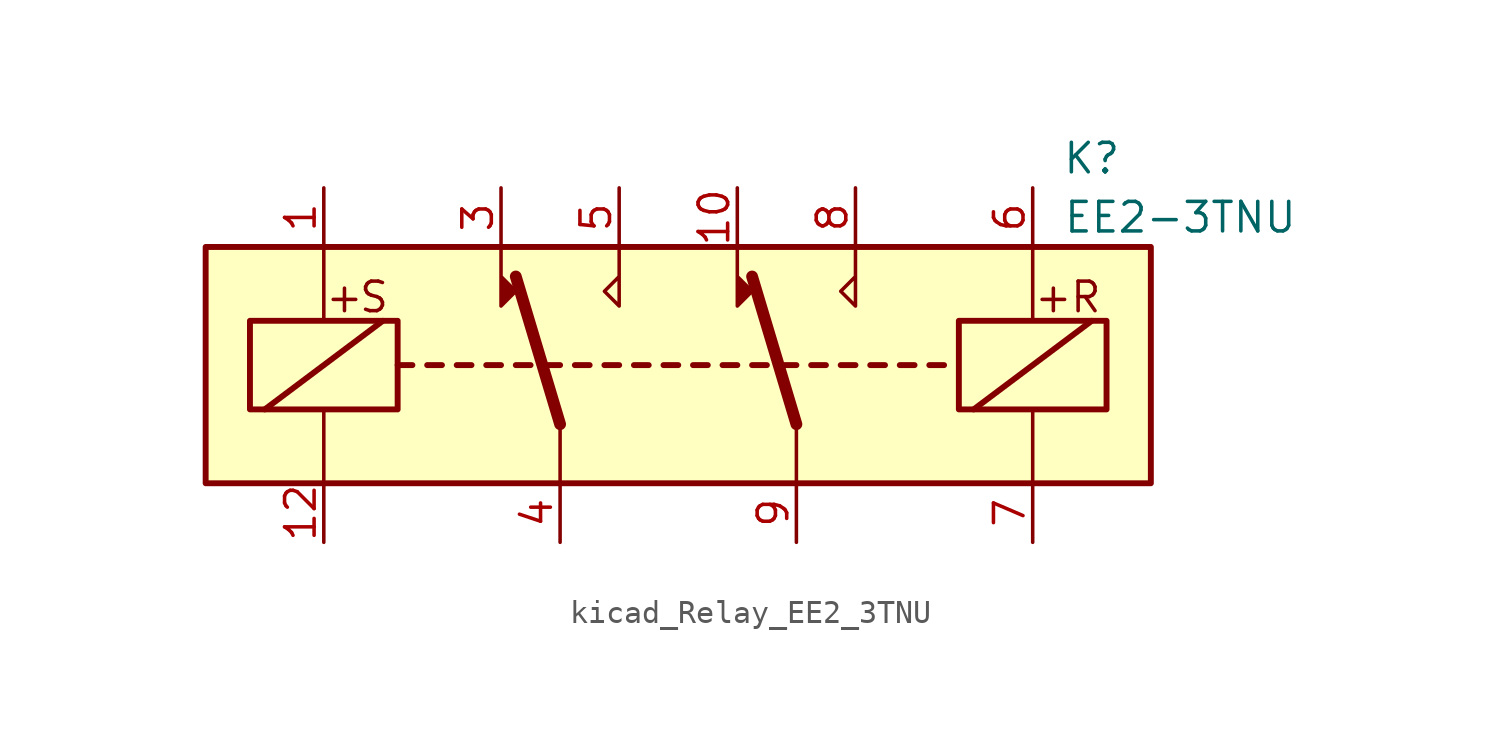
<source format=kicad_sym>
(kicad_symbol_lib
  (version 20220914)
  (generator kicad_symbol_editor)
  (symbol "kicad_Relay_EE2_3TNU"
    (property "Reference" "K"
      (at 17.78 8.89 0)
      (effects (font (size 1.27 1.27))))
    (property "Value" "EE2-3TNU"
      (at 21.59 6.35 0)
      (effects (font (size 1.27 1.27))))
    (symbol "kicad_Relay_EE2_3TNU_1_1"
      (rectangle (start -20.32 5.08) (end 20.32 -5.08) (stroke (width 0.254) (type default)) (fill (type background)))
      (rectangle (start -18.415 1.905) (end -12.065 -1.905) (stroke (width 0.254) (type default)) (fill (type none)))
      (polyline (pts (xy -17.78 -1.905) (xy -12.7 1.905)) (stroke (width 0.254) (type default)) (fill (type none)))
      (polyline (pts (xy -15.24 -5.08) (xy -15.24 -1.905)) (stroke (width 0) (type default)) (fill (type none)))
      (polyline (pts (xy -15.24 5.08) (xy -15.24 1.905)) (stroke (width 0) (type default)) (fill (type none)))
      (polyline (pts (xy -12.065 0) (xy -11.43 0)) (stroke (width 0.254) (type default)) (fill (type none)))
      (polyline (pts (xy -10.795 0) (xy -10.16 0)) (stroke (width 0.254) (type default)) (fill (type none)))
      (polyline (pts (xy -9.525 0) (xy -8.89 0)) (stroke (width 0.254) (type default)) (fill (type none)))
      (polyline (pts (xy -8.255 0) (xy -7.62 0)) (stroke (width 0.254) (type default)) (fill (type none)))
      (polyline (pts (xy -6.985 0) (xy -6.35 0)) (stroke (width 0.254) (type default)) (fill (type none)))
      (polyline (pts (xy -5.715 0) (xy -5.08 0)) (stroke (width 0.254) (type default)) (fill (type none)))
      (polyline (pts (xy -5.08 -2.54) (xy -6.985 3.81)) (stroke (width 0.508) (type default)) (fill (type none)))
      (polyline (pts (xy -5.08 -2.54) (xy -5.08 -5.08)) (stroke (width 0) (type default)) (fill (type none)))
      (polyline (pts (xy -4.445 0) (xy -3.81 0)) (stroke (width 0.254) (type default)) (fill (type none)))
      (polyline (pts (xy -3.175 0) (xy -2.54 0)) (stroke (width 0.254) (type default)) (fill (type none)))
      (polyline (pts (xy -1.905 0) (xy -1.27 0)) (stroke (width 0.254) (type default)) (fill (type none)))
      (polyline (pts (xy -0.635 0) (xy 0 0)) (stroke (width 0.254) (type default)) (fill (type none)))
      (polyline (pts (xy 0.635 0) (xy 1.27 0)) (stroke (width 0.254) (type default)) (fill (type none)))
      (polyline (pts (xy 1.905 0) (xy 2.54 0)) (stroke (width 0.254) (type default)) (fill (type none)))
      (polyline (pts (xy 3.175 0) (xy 3.81 0)) (stroke (width 0.254) (type default)) (fill (type none)))
      (polyline (pts (xy 4.445 0) (xy 5.08 0)) (stroke (width 0.254) (type default)) (fill (type none)))
      (polyline (pts (xy 5.08 -2.54) (xy 3.175 3.81)) (stroke (width 0.508) (type default)) (fill (type none)))
      (polyline (pts (xy 5.08 -2.54) (xy 5.08 -5.08)) (stroke (width 0) (type default)) (fill (type none)))
      (polyline (pts (xy 5.715 0) (xy 6.35 0)) (stroke (width 0.254) (type default)) (fill (type none)))
      (polyline (pts (xy 6.985 0) (xy 7.62 0)) (stroke (width 0.254) (type default)) (fill (type none)))
      (polyline (pts (xy 8.255 0) (xy 8.89 0)) (stroke (width 0.254) (type default)) (fill (type none)))
      (polyline (pts (xy 9.525 0) (xy 10.16 0)) (stroke (width 0.254) (type default)) (fill (type none)))
      (polyline (pts (xy 10.795 0) (xy 11.43 0)) (stroke (width 0.254) (type default)) (fill (type none)))
      (polyline (pts (xy 12.7 -1.905) (xy 17.78 1.905)) (stroke (width 0.254) (type default)) (fill (type none)))
      (polyline (pts (xy 15.24 -5.08) (xy 15.24 -1.905)) (stroke (width 0) (type default)) (fill (type none)))
      (polyline (pts (xy 15.24 5.08) (xy 15.24 1.905)) (stroke (width 0) (type default)) (fill (type none)))
      (polyline (pts (xy -7.62 5.08) (xy -7.62 2.54) (xy -6.985 3.175) (xy -7.62 3.81)) (stroke (width 0) (type default)) (fill (type outline)))
      (polyline (pts (xy -2.54 5.08) (xy -2.54 2.54) (xy -3.175 3.175) (xy -2.54 3.81)) (stroke (width 0) (type default)) (fill (type none)))
      (polyline (pts (xy 2.54 5.08) (xy 2.54 2.54) (xy 3.175 3.175) (xy 2.54 3.81)) (stroke (width 0) (type default)) (fill (type outline)))
      (polyline (pts (xy 7.62 5.08) (xy 7.62 2.54) (xy 6.985 3.175) (xy 7.62 3.81)) (stroke (width 0) (type default)) (fill (type none)))
      (rectangle (start 12.065 1.905) (end 18.415 -1.905) (stroke (width 0.254) (type default)) (fill (type none)))
      (text "+" (at -14.351 2.921 0) (effects (font (size 1.27 1.27))))
      (text "+" (at 16.129 2.921 0) (effects (font (size 1.27 1.27))))
      (text "R" (at 17.526 2.921 0) (effects (font (size 1.27 1.27))))
      (text "S" (at -13.081 2.921 0) (effects (font (size 1.27 1.27))))
      (pin passive line (at -15.24 7.62 270) (length 2.54) (name "~" (effects (font (size 1.27 1.27)))) (number "1" (effects (font (size 1.27 1.27)))))
      (pin passive line (at 2.54 7.62 270) (length 2.54) (name "~" (effects (font (size 1.27 1.27)))) (number "10" (effects (font (size 1.27 1.27)))))
      (pin passive line (at -15.24 -7.62 90) (length 2.54) (name "~" (effects (font (size 1.27 1.27)))) (number "12" (effects (font (size 1.27 1.27)))))
      (pin passive line (at -7.62 7.62 270) (length 2.54) (name "~" (effects (font (size 1.27 1.27)))) (number "3" (effects (font (size 1.27 1.27)))))
      (pin passive line (at -5.08 -7.62 90) (length 2.54) (name "~" (effects (font (size 1.27 1.27)))) (number "4" (effects (font (size 1.27 1.27)))))
      (pin passive line (at -2.54 7.62 270) (length 2.54) (name "~" (effects (font (size 1.27 1.27)))) (number "5" (effects (font (size 1.27 1.27)))))
      (pin passive line (at 15.24 7.62 270) (length 2.54) (name "~" (effects (font (size 1.27 1.27)))) (number "6" (effects (font (size 1.27 1.27)))))
      (pin passive line (at 15.24 -7.62 90) (length 2.54) (name "~" (effects (font (size 1.27 1.27)))) (number "7" (effects (font (size 1.27 1.27)))))
      (pin passive line (at 7.62 7.62 270) (length 2.54) (name "~" (effects (font (size 1.27 1.27)))) (number "8" (effects (font (size 1.27 1.27)))))
      (pin passive line (at 5.08 -7.62 90) (length 2.54) (name "~" (effects (font (size 1.27 1.27)))) (number "9" (effects (font (size 1.27 1.27))))))))
</source>
